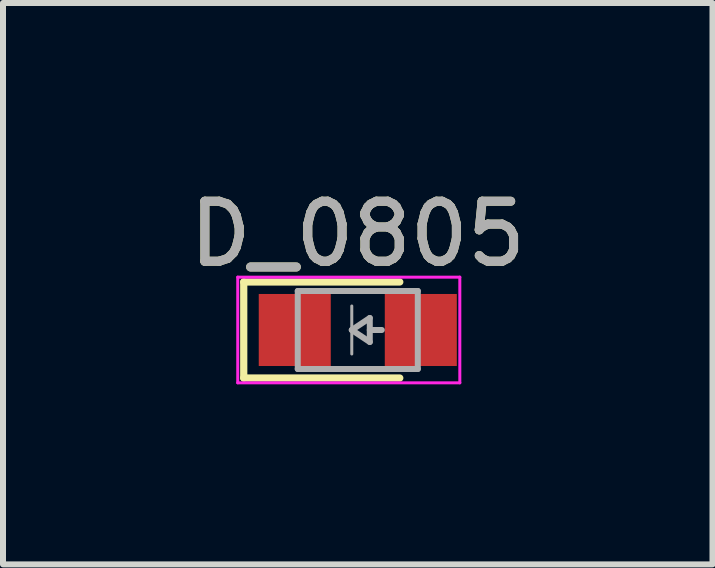
<source format=kicad_pcb>
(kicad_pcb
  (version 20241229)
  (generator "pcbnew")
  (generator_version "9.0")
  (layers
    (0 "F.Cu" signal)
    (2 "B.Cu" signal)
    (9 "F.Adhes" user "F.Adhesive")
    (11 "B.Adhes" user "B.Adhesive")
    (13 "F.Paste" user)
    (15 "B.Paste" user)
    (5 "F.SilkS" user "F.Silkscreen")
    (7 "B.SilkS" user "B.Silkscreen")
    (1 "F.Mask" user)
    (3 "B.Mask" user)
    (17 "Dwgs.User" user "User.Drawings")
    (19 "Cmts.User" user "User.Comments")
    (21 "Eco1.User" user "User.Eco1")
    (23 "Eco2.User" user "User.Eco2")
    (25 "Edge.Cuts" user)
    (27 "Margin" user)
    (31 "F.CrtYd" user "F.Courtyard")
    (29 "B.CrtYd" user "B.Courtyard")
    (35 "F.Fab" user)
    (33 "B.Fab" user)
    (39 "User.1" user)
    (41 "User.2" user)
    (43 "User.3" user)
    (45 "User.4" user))
  (footprint "D_0805"
    (layer "F.Cu")
    (at 2.911 2.448)
    (property "Reference" "D_0805" (at 0 -1.6 0) (layer "F.SilkS") (effects (font (size 1 1) (thickness 0.15))))
    (attr smd)
    (fp_line (start -1.9 -0.8) (end -1.9 0.8) (stroke (width 0.12) (type solid)) (layer "F.SilkS"))
    (fp_line (start -1.9 -0.8) (end 0.7 -0.8) (stroke (width 0.12) (type solid)) (layer "F.SilkS"))
    (fp_line (start -1.9 0.8) (end 0.7 0.8) (stroke (width 0.12) (type solid)) (layer "F.SilkS"))
    (fp_line (start -2 -0.88) (end 1.7 -0.88) (stroke (width 0.05) (type solid)) (layer "F.CrtYd"))
    (fp_line (start -2 0.88) (end -2 -0.88) (stroke (width 0.05) (type solid)) (layer "F.CrtYd"))
    (fp_line (start 1.7 -0.88) (end 1.7 0.88) (stroke (width 0.05) (type solid)) (layer "F.CrtYd"))
    (fp_line (start 1.7 0.88) (end -2 0.88) (stroke (width 0.05) (type solid)) (layer "F.CrtYd"))
    (fp_line (start -1 -0.65) (end 1 -0.65) (stroke (width 0.1) (type solid)) (layer "F.Fab"))
    (fp_line (start -1 0.65) (end -1 -0.65) (stroke (width 0.1) (type solid)) (layer "F.Fab"))
    (fp_line (start -0.1 -0.4) (end -0.1 0.4) (stroke (width 0.05) (type solid)) (layer "F.Fab"))
    (fp_line (start -0.1 0) (end 0.2 0.2) (stroke (width 0.1) (type solid)) (layer "F.Fab"))
    (fp_line (start 0.2 -0.2) (end -0.1 0) (stroke (width 0.1) (type solid)) (layer "F.Fab"))
    (fp_line (start 0.2 0) (end 0.4 0) (stroke (width 0.1) (type solid)) (layer "F.Fab"))
    (fp_line (start 0.2 0.2) (end 0.2 -0.2) (stroke (width 0.1) (type solid)) (layer "F.Fab"))
    (fp_line (start 1 -0.65) (end 1 0.65) (stroke (width 0.1) (type solid)) (layer "F.Fab"))
    (fp_line (start 1 0.65) (end -1 0.65) (stroke (width 0.1) (type solid)) (layer "F.Fab"))
    (fp_text user "${REFERENCE}" (at 0 -1.6 0) (layer "F.Fab") (effects (font (size 1 1) (thickness 0.15))))
    (pad "1" smd rect (at -1.05 0) (size 1.2 1.2) (layers "F.Cu" "F.Mask" "F.Paste"))
    (pad "2" smd rect (at 1.05 0) (size 1.2 1.2) (layers "F.Cu" "F.Mask" "F.Paste")))
  (gr_rect
    (start -3 -3)
    (end 8.821 6.353)
    (stroke (width 0.1) (type default))
    (fill no)
    (layer "Edge.Cuts")))
</source>
